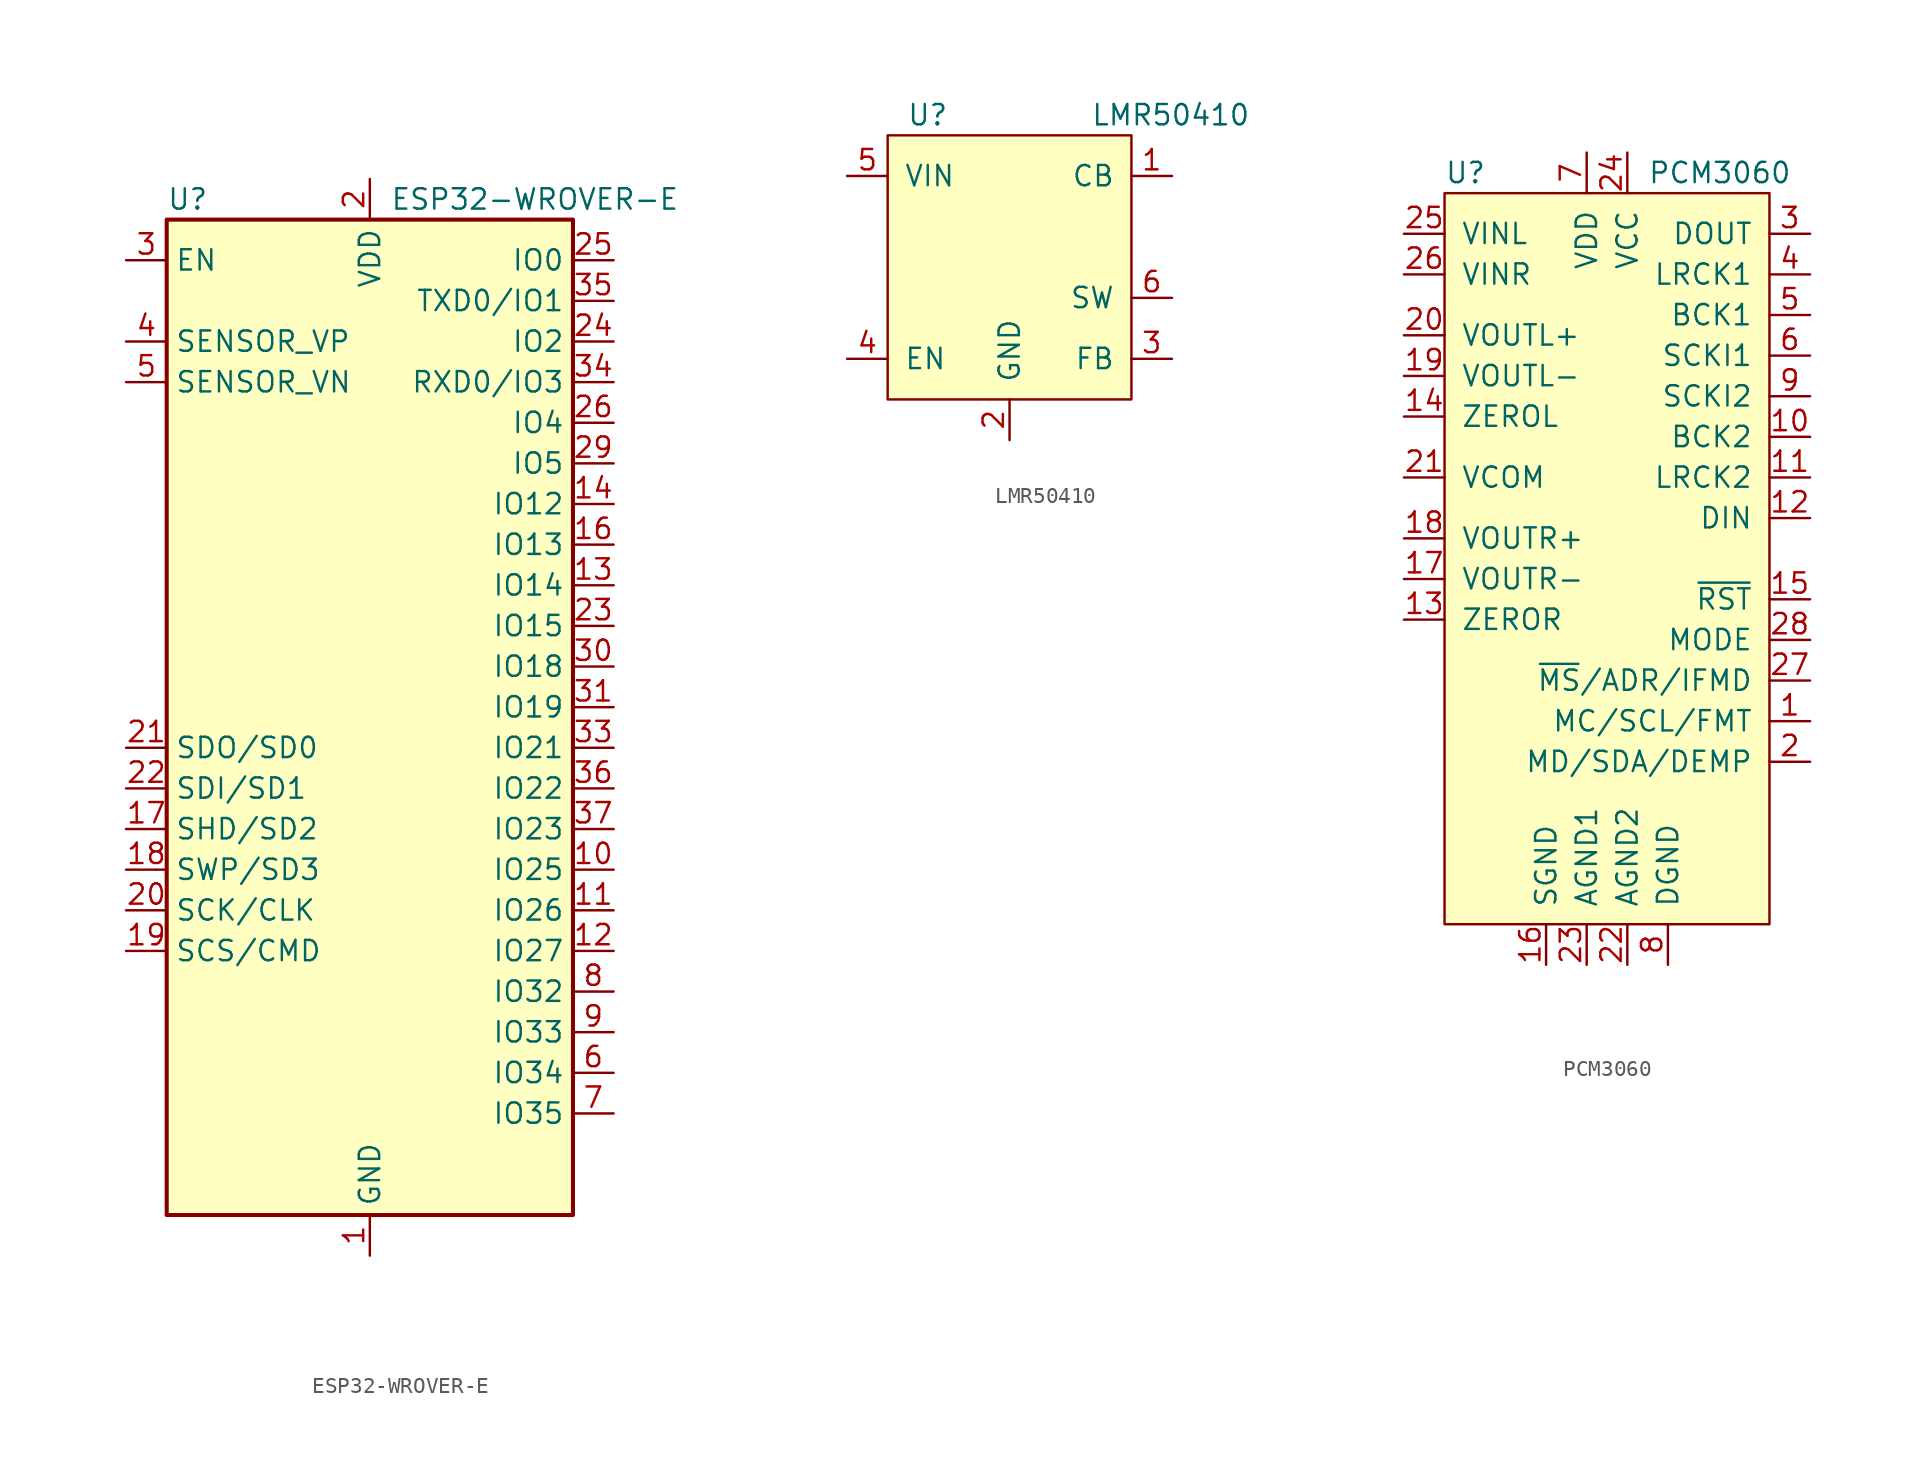
<source format=kicad_sym>
(kicad_symbol_lib
  (version 20210619)
  (generator kicad_symbol_editor)
  (symbol "ESP32-WROVER-E"
    (property "Reference" "U"
      (at -12.7 34.29 0)
      (effects (font (size 1.27 1.27)) (justify left)))
    (property "Value" "ESP32-WROVER-E"
      (at 1.27 34.29 0)
      (effects (font (size 1.27 1.27)) (justify left)))
    (symbol "ESP32-WROVER-E_0_1"
      (rectangle (start -12.7 33.02) (end 12.7 -29.21) (stroke (width 0.254)) (fill (type background))))
    (symbol "ESP32-WROVER-E_1_1"
      (pin power_in line (at 0 -31.75 90) (length 2.54) (name "GND" (effects (font (size 1.27 1.27)))) (number "1" (effects (font (size 1.27 1.27)))))
      (pin bidirectional line (at 15.24 -7.62 180) (length 2.54) (name "IO25" (effects (font (size 1.27 1.27)))) (number "10" (effects (font (size 1.27 1.27)))))
      (pin bidirectional line (at 15.24 -10.16 180) (length 2.54) (name "IO26" (effects (font (size 1.27 1.27)))) (number "11" (effects (font (size 1.27 1.27)))))
      (pin bidirectional line (at 15.24 -12.7 180) (length 2.54) (name "IO27" (effects (font (size 1.27 1.27)))) (number "12" (effects (font (size 1.27 1.27)))))
      (pin bidirectional line (at 15.24 10.16 180) (length 2.54) (name "IO14" (effects (font (size 1.27 1.27)))) (number "13" (effects (font (size 1.27 1.27)))))
      (pin bidirectional line (at 15.24 15.24 180) (length 2.54) (name "IO12" (effects (font (size 1.27 1.27)))) (number "14" (effects (font (size 1.27 1.27)))))
      (pin passive line (at 0 -31.75 90) (length 2.54) hide (name "GND" (effects (font (size 1.27 1.27)))) (number "15" (effects (font (size 1.27 1.27)))))
      (pin bidirectional line (at 15.24 12.7 180) (length 2.54) (name "IO13" (effects (font (size 1.27 1.27)))) (number "16" (effects (font (size 1.27 1.27)))))
      (pin bidirectional line (at -15.24 -5.08 0) (length 2.54) (name "SHD/SD2" (effects (font (size 1.27 1.27)))) (number "17" (effects (font (size 1.27 1.27)))))
      (pin bidirectional line (at -15.24 -7.62 0) (length 2.54) (name "SWP/SD3" (effects (font (size 1.27 1.27)))) (number "18" (effects (font (size 1.27 1.27)))))
      (pin bidirectional line (at -15.24 -12.7 0) (length 2.54) (name "SCS/CMD" (effects (font (size 1.27 1.27)))) (number "19" (effects (font (size 1.27 1.27)))))
      (pin power_in line (at 0 35.56 270) (length 2.54) (name "VDD" (effects (font (size 1.27 1.27)))) (number "2" (effects (font (size 1.27 1.27)))))
      (pin bidirectional line (at -15.24 -10.16 0) (length 2.54) (name "SCK/CLK" (effects (font (size 1.27 1.27)))) (number "20" (effects (font (size 1.27 1.27)))))
      (pin bidirectional line (at -15.24 0 0) (length 2.54) (name "SDO/SD0" (effects (font (size 1.27 1.27)))) (number "21" (effects (font (size 1.27 1.27)))))
      (pin bidirectional line (at -15.24 -2.54 0) (length 2.54) (name "SDI/SD1" (effects (font (size 1.27 1.27)))) (number "22" (effects (font (size 1.27 1.27)))))
      (pin bidirectional line (at 15.24 7.62 180) (length 2.54) (name "IO15" (effects (font (size 1.27 1.27)))) (number "23" (effects (font (size 1.27 1.27)))))
      (pin bidirectional line (at 15.24 25.4 180) (length 2.54) (name "IO2" (effects (font (size 1.27 1.27)))) (number "24" (effects (font (size 1.27 1.27)))))
      (pin bidirectional line (at 15.24 30.48 180) (length 2.54) (name "IO0" (effects (font (size 1.27 1.27)))) (number "25" (effects (font (size 1.27 1.27)))))
      (pin bidirectional line (at 15.24 20.32 180) (length 2.54) (name "IO4" (effects (font (size 1.27 1.27)))) (number "26" (effects (font (size 1.27 1.27)))))
      (pin no_connect line (at -12.7 -20.32 0) (length 2.54) hide (name "NC1" (effects (font (size 1.27 1.27)))) (number "27" (effects (font (size 1.27 1.27)))))
      (pin no_connect line (at -12.7 -25.4 0) (length 2.54) hide (name "NC2" (effects (font (size 1.27 1.27)))) (number "28" (effects (font (size 1.27 1.27)))))
      (pin bidirectional line (at 15.24 17.78 180) (length 2.54) (name "IO5" (effects (font (size 1.27 1.27)))) (number "29" (effects (font (size 1.27 1.27)))))
      (pin input line (at -15.24 30.48 0) (length 2.54) (name "EN" (effects (font (size 1.27 1.27)))) (number "3" (effects (font (size 1.27 1.27)))))
      (pin bidirectional line (at 15.24 5.08 180) (length 2.54) (name "IO18" (effects (font (size 1.27 1.27)))) (number "30" (effects (font (size 1.27 1.27)))))
      (pin bidirectional line (at 15.24 2.54 180) (length 2.54) (name "IO19" (effects (font (size 1.27 1.27)))) (number "31" (effects (font (size 1.27 1.27)))))
      (pin no_connect line (at -12.7 -22.86 0) (length 2.54) hide (name "NC" (effects (font (size 1.27 1.27)))) (number "32" (effects (font (size 1.27 1.27)))))
      (pin bidirectional line (at 15.24 0 180) (length 2.54) (name "IO21" (effects (font (size 1.27 1.27)))) (number "33" (effects (font (size 1.27 1.27)))))
      (pin bidirectional line (at 15.24 22.86 180) (length 2.54) (name "RXD0/IO3" (effects (font (size 1.27 1.27)))) (number "34" (effects (font (size 1.27 1.27)))))
      (pin bidirectional line (at 15.24 27.94 180) (length 2.54) (name "TXD0/IO1" (effects (font (size 1.27 1.27)))) (number "35" (effects (font (size 1.27 1.27)))))
      (pin bidirectional line (at 15.24 -2.54 180) (length 2.54) (name "IO22" (effects (font (size 1.27 1.27)))) (number "36" (effects (font (size 1.27 1.27)))))
      (pin bidirectional line (at 15.24 -5.08 180) (length 2.54) (name "IO23" (effects (font (size 1.27 1.27)))) (number "37" (effects (font (size 1.27 1.27)))))
      (pin passive line (at 0 -31.75 90) (length 2.54) hide (name "GND" (effects (font (size 1.27 1.27)))) (number "38" (effects (font (size 1.27 1.27)))))
      (pin passive line (at 0 -31.75 90) (length 2.54) hide (name "GND" (effects (font (size 1.27 1.27)))) (number "39" (effects (font (size 1.27 1.27)))))
      (pin input line (at -15.24 25.4 0) (length 2.54) (name "SENSOR_VP" (effects (font (size 1.27 1.27)))) (number "4" (effects (font (size 1.27 1.27)))))
      (pin input line (at -15.24 22.86 0) (length 2.54) (name "SENSOR_VN" (effects (font (size 1.27 1.27)))) (number "5" (effects (font (size 1.27 1.27)))))
      (pin input line (at 15.24 -20.32 180) (length 2.54) (name "IO34" (effects (font (size 1.27 1.27)))) (number "6" (effects (font (size 1.27 1.27)))))
      (pin input line (at 15.24 -22.86 180) (length 2.54) (name "IO35" (effects (font (size 1.27 1.27)))) (number "7" (effects (font (size 1.27 1.27)))))
      (pin bidirectional line (at 15.24 -15.24 180) (length 2.54) (name "IO32" (effects (font (size 1.27 1.27)))) (number "8" (effects (font (size 1.27 1.27)))))
      (pin bidirectional line (at 15.24 -17.78 180) (length 2.54) (name "IO33" (effects (font (size 1.27 1.27)))) (number "9" (effects (font (size 1.27 1.27)))))))
  (symbol "LMR50410"
    (pin_names
      (offset 1.016))
    (property "Reference" "U"
      (at -3.81 11.43 0)
      (effects (font (size 1.27 1.27)) (justify right)))
    (property "Value" "LMR50410"
      (at 5.08 11.43 0)
      (effects (font (size 1.27 1.27)) (justify left)))
    (symbol "LMR50410_0_0"
      (pin passive line (at 10.16 7.62 180) (length 2.54) (name "CB" (effects (font (size 1.27 1.27)))) (number "1" (effects (font (size 1.27 1.27)))))
      (pin power_in line (at 0 -8.89 90) (length 2.54) (name "GND" (effects (font (size 1.27 1.27)))) (number "2" (effects (font (size 1.27 1.27)))))
      (pin input line (at 10.16 -3.81 180) (length 2.54) (name "FB" (effects (font (size 1.27 1.27)))) (number "3" (effects (font (size 1.27 1.27)))))
      (pin input line (at -10.16 -3.81 0) (length 2.54) (name "EN" (effects (font (size 1.27 1.27)))) (number "4" (effects (font (size 1.27 1.27)))))
      (pin power_in line (at -10.16 7.62 0) (length 2.54) (name "VIN" (effects (font (size 1.27 1.27)))) (number "5" (effects (font (size 1.27 1.27)))))
      (pin power_out line (at 10.16 0 180) (length 2.54) (name "SW" (effects (font (size 1.27 1.27)))) (number "6" (effects (font (size 1.27 1.27))))))
    (symbol "LMR50410_0_1"
      (rectangle (start -7.62 10.16) (end 7.62 -6.35) (stroke (width 0)) (fill (type background)))))
  (symbol "PCM3060"
    (pin_names
      (offset 1.016))
    (property "Reference" "U"
      (at -10.16 36.83 0)
      (effects (font (size 1.27 1.27)) (justify left)))
    (property "Value" "PCM3060"
      (at 2.54 36.83 0)
      (effects (font (size 1.27 1.27)) (justify left)))
    (symbol "PCM3060_0_0"
      (pin input line (at 12.7 2.54 180) (length 2.54) (name "MC/SCL/FMT" (effects (font (size 1.27 1.27)))) (number "1" (effects (font (size 1.27 1.27)))))
      (pin bidirectional line (at 12.7 20.32 180) (length 2.54) (name "BCK2" (effects (font (size 1.27 1.27)))) (number "10" (effects (font (size 1.27 1.27)))))
      (pin bidirectional line (at 12.7 17.78 180) (length 2.54) (name "LRCK2" (effects (font (size 1.27 1.27)))) (number "11" (effects (font (size 1.27 1.27)))))
      (pin input line (at 12.7 15.24 180) (length 2.54) (name "DIN" (effects (font (size 1.27 1.27)))) (number "12" (effects (font (size 1.27 1.27)))))
      (pin output line (at -12.7 8.89 0) (length 2.54) (name "ZEROR" (effects (font (size 1.27 1.27)))) (number "13" (effects (font (size 1.27 1.27)))))
      (pin output line (at -12.7 21.59 0) (length 2.54) (name "ZEROL" (effects (font (size 1.27 1.27)))) (number "14" (effects (font (size 1.27 1.27)))))
      (pin input line (at 12.7 10.16 180) (length 2.54) (name "~{RST}" (effects (font (size 1.27 1.27)))) (number "15" (effects (font (size 1.27 1.27)))))
      (pin power_in line (at -3.81 -12.7 90) (length 2.54) (name "SGND" (effects (font (size 1.27 1.27)))) (number "16" (effects (font (size 1.27 1.27)))))
      (pin output line (at -12.7 11.43 0) (length 2.54) (name "VOUTR-" (effects (font (size 1.27 1.27)))) (number "17" (effects (font (size 1.27 1.27)))))
      (pin output line (at -12.7 13.97 0) (length 2.54) (name "VOUTR+" (effects (font (size 1.27 1.27)))) (number "18" (effects (font (size 1.27 1.27)))))
      (pin output line (at -12.7 24.13 0) (length 2.54) (name "VOUTL-" (effects (font (size 1.27 1.27)))) (number "19" (effects (font (size 1.27 1.27)))))
      (pin bidirectional line (at 12.7 0 180) (length 2.54) (name "MD/SDA/DEMP" (effects (font (size 1.27 1.27)))) (number "2" (effects (font (size 1.27 1.27)))))
      (pin output line (at -12.7 26.67 0) (length 2.54) (name "VOUTL+" (effects (font (size 1.27 1.27)))) (number "20" (effects (font (size 1.27 1.27)))))
      (pin output line (at -12.7 17.78 0) (length 2.54) (name "VCOM" (effects (font (size 1.27 1.27)))) (number "21" (effects (font (size 1.27 1.27)))))
      (pin power_in line (at 1.27 -12.7 90) (length 2.54) (name "AGND2" (effects (font (size 1.27 1.27)))) (number "22" (effects (font (size 1.27 1.27)))))
      (pin power_in line (at -1.27 -12.7 90) (length 2.54) (name "AGND1" (effects (font (size 1.27 1.27)))) (number "23" (effects (font (size 1.27 1.27)))))
      (pin power_in line (at 1.27 38.1 270) (length 2.54) (name "VCC" (effects (font (size 1.27 1.27)))) (number "24" (effects (font (size 1.27 1.27)))))
      (pin input line (at -12.7 33.02 0) (length 2.54) (name "VINL" (effects (font (size 1.27 1.27)))) (number "25" (effects (font (size 1.27 1.27)))))
      (pin input line (at -12.7 30.48 0) (length 2.54) (name "VINR" (effects (font (size 1.27 1.27)))) (number "26" (effects (font (size 1.27 1.27)))))
      (pin input line (at 12.7 5.08 180) (length 2.54) (name "~{MS}/ADR/IFMD" (effects (font (size 1.27 1.27)))) (number "27" (effects (font (size 1.27 1.27)))))
      (pin input line (at 12.7 7.62 180) (length 2.54) (name "MODE" (effects (font (size 1.27 1.27)))) (number "28" (effects (font (size 1.27 1.27)))))
      (pin output line (at 12.7 33.02 180) (length 2.54) (name "DOUT" (effects (font (size 1.27 1.27)))) (number "3" (effects (font (size 1.27 1.27)))))
      (pin bidirectional line (at 12.7 30.48 180) (length 2.54) (name "LRCK1" (effects (font (size 1.27 1.27)))) (number "4" (effects (font (size 1.27 1.27)))))
      (pin bidirectional line (at 12.7 27.94 180) (length 2.54) (name "BCK1" (effects (font (size 1.27 1.27)))) (number "5" (effects (font (size 1.27 1.27)))))
      (pin input line (at 12.7 25.4 180) (length 2.54) (name "SCKI1" (effects (font (size 1.27 1.27)))) (number "6" (effects (font (size 1.27 1.27)))))
      (pin power_in line (at -1.27 38.1 270) (length 2.54) (name "VDD" (effects (font (size 1.27 1.27)))) (number "7" (effects (font (size 1.27 1.27)))))
      (pin power_in line (at 3.81 -12.7 90) (length 2.54) (name "DGND" (effects (font (size 1.27 1.27)))) (number "8" (effects (font (size 1.27 1.27)))))
      (pin input line (at 12.7 22.86 180) (length 2.54) (name "SCKI2" (effects (font (size 1.27 1.27)))) (number "9" (effects (font (size 1.27 1.27))))))
    (symbol "PCM3060_0_1"
      (rectangle (start -10.16 35.56) (end 10.16 -10.16) (stroke (width 0)) (fill (type background))))))
</source>
